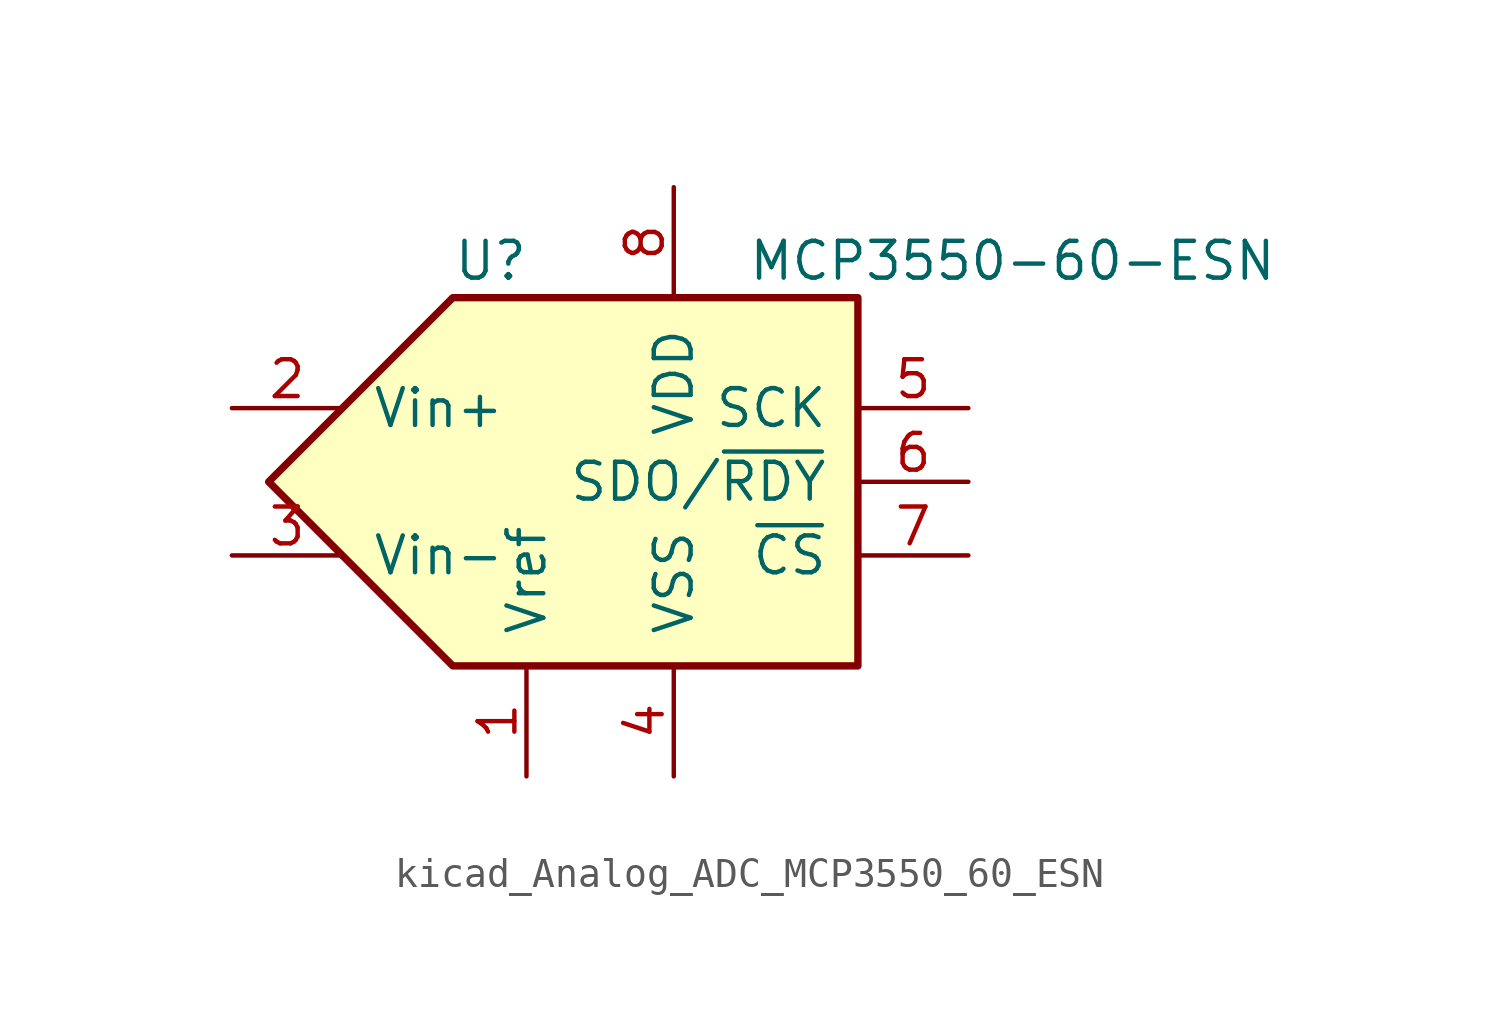
<source format=kicad_sym>
(kicad_symbol_lib
  (version 20220914)
  (generator kicad_symbol_editor)
  (symbol "kicad_Analog_ADC_MCP3550_60_ESN"
    (pin_names
      (offset 1.016))
    (property "Reference" "U"
      (at -5.08 7.62 0)
      (effects (font (size 1.27 1.27)) (justify left)))
    (property "Value" "MCP3550-60-ESN"
      (at 5.08 7.62 0)
      (effects (font (size 1.27 1.27)) (justify left)))
    (symbol "kicad_Analog_ADC_MCP3550_60_ESN_0_1"
      (polyline (pts (xy -5.08 6.35) (xy 8.89 6.35) (xy 8.89 0) (xy 8.89 -6.35) (xy -5.08 -6.35) (xy -11.43 0) (xy -5.08 6.35)) (stroke (width 0.254) (type default)) (fill (type background))))
    (symbol "kicad_Analog_ADC_MCP3550_60_ESN_1_1"
      (pin input line (at -2.54 -10.16 90) (length 3.81) (name "Vref" (effects (font (size 1.27 1.27)))) (number "1" (effects (font (size 1.27 1.27)))))
      (pin passive line (at -12.7 2.54 0) (length 3.81) (name "Vin+" (effects (font (size 1.27 1.27)))) (number "2" (effects (font (size 1.27 1.27)))))
      (pin passive line (at -12.7 -2.54 0) (length 3.81) (name "Vin-" (effects (font (size 1.27 1.27)))) (number "3" (effects (font (size 1.27 1.27)))))
      (pin power_in line (at 2.54 -10.16 90) (length 3.81) (name "VSS" (effects (font (size 1.27 1.27)))) (number "4" (effects (font (size 1.27 1.27)))))
      (pin input line (at 12.7 2.54 180) (length 3.81) (name "SCK" (effects (font (size 1.27 1.27)))) (number "5" (effects (font (size 1.27 1.27)))))
      (pin output line (at 12.7 0 180) (length 3.81) (name "SDO/~{RDY}" (effects (font (size 1.27 1.27)))) (number "6" (effects (font (size 1.27 1.27)))))
      (pin input line (at 12.7 -2.54 180) (length 3.81) (name "~{CS}" (effects (font (size 1.27 1.27)))) (number "7" (effects (font (size 1.27 1.27)))))
      (pin power_in line (at 2.54 10.16 270) (length 3.81) (name "VDD" (effects (font (size 1.27 1.27)))) (number "8" (effects (font (size 1.27 1.27))))))))
</source>
